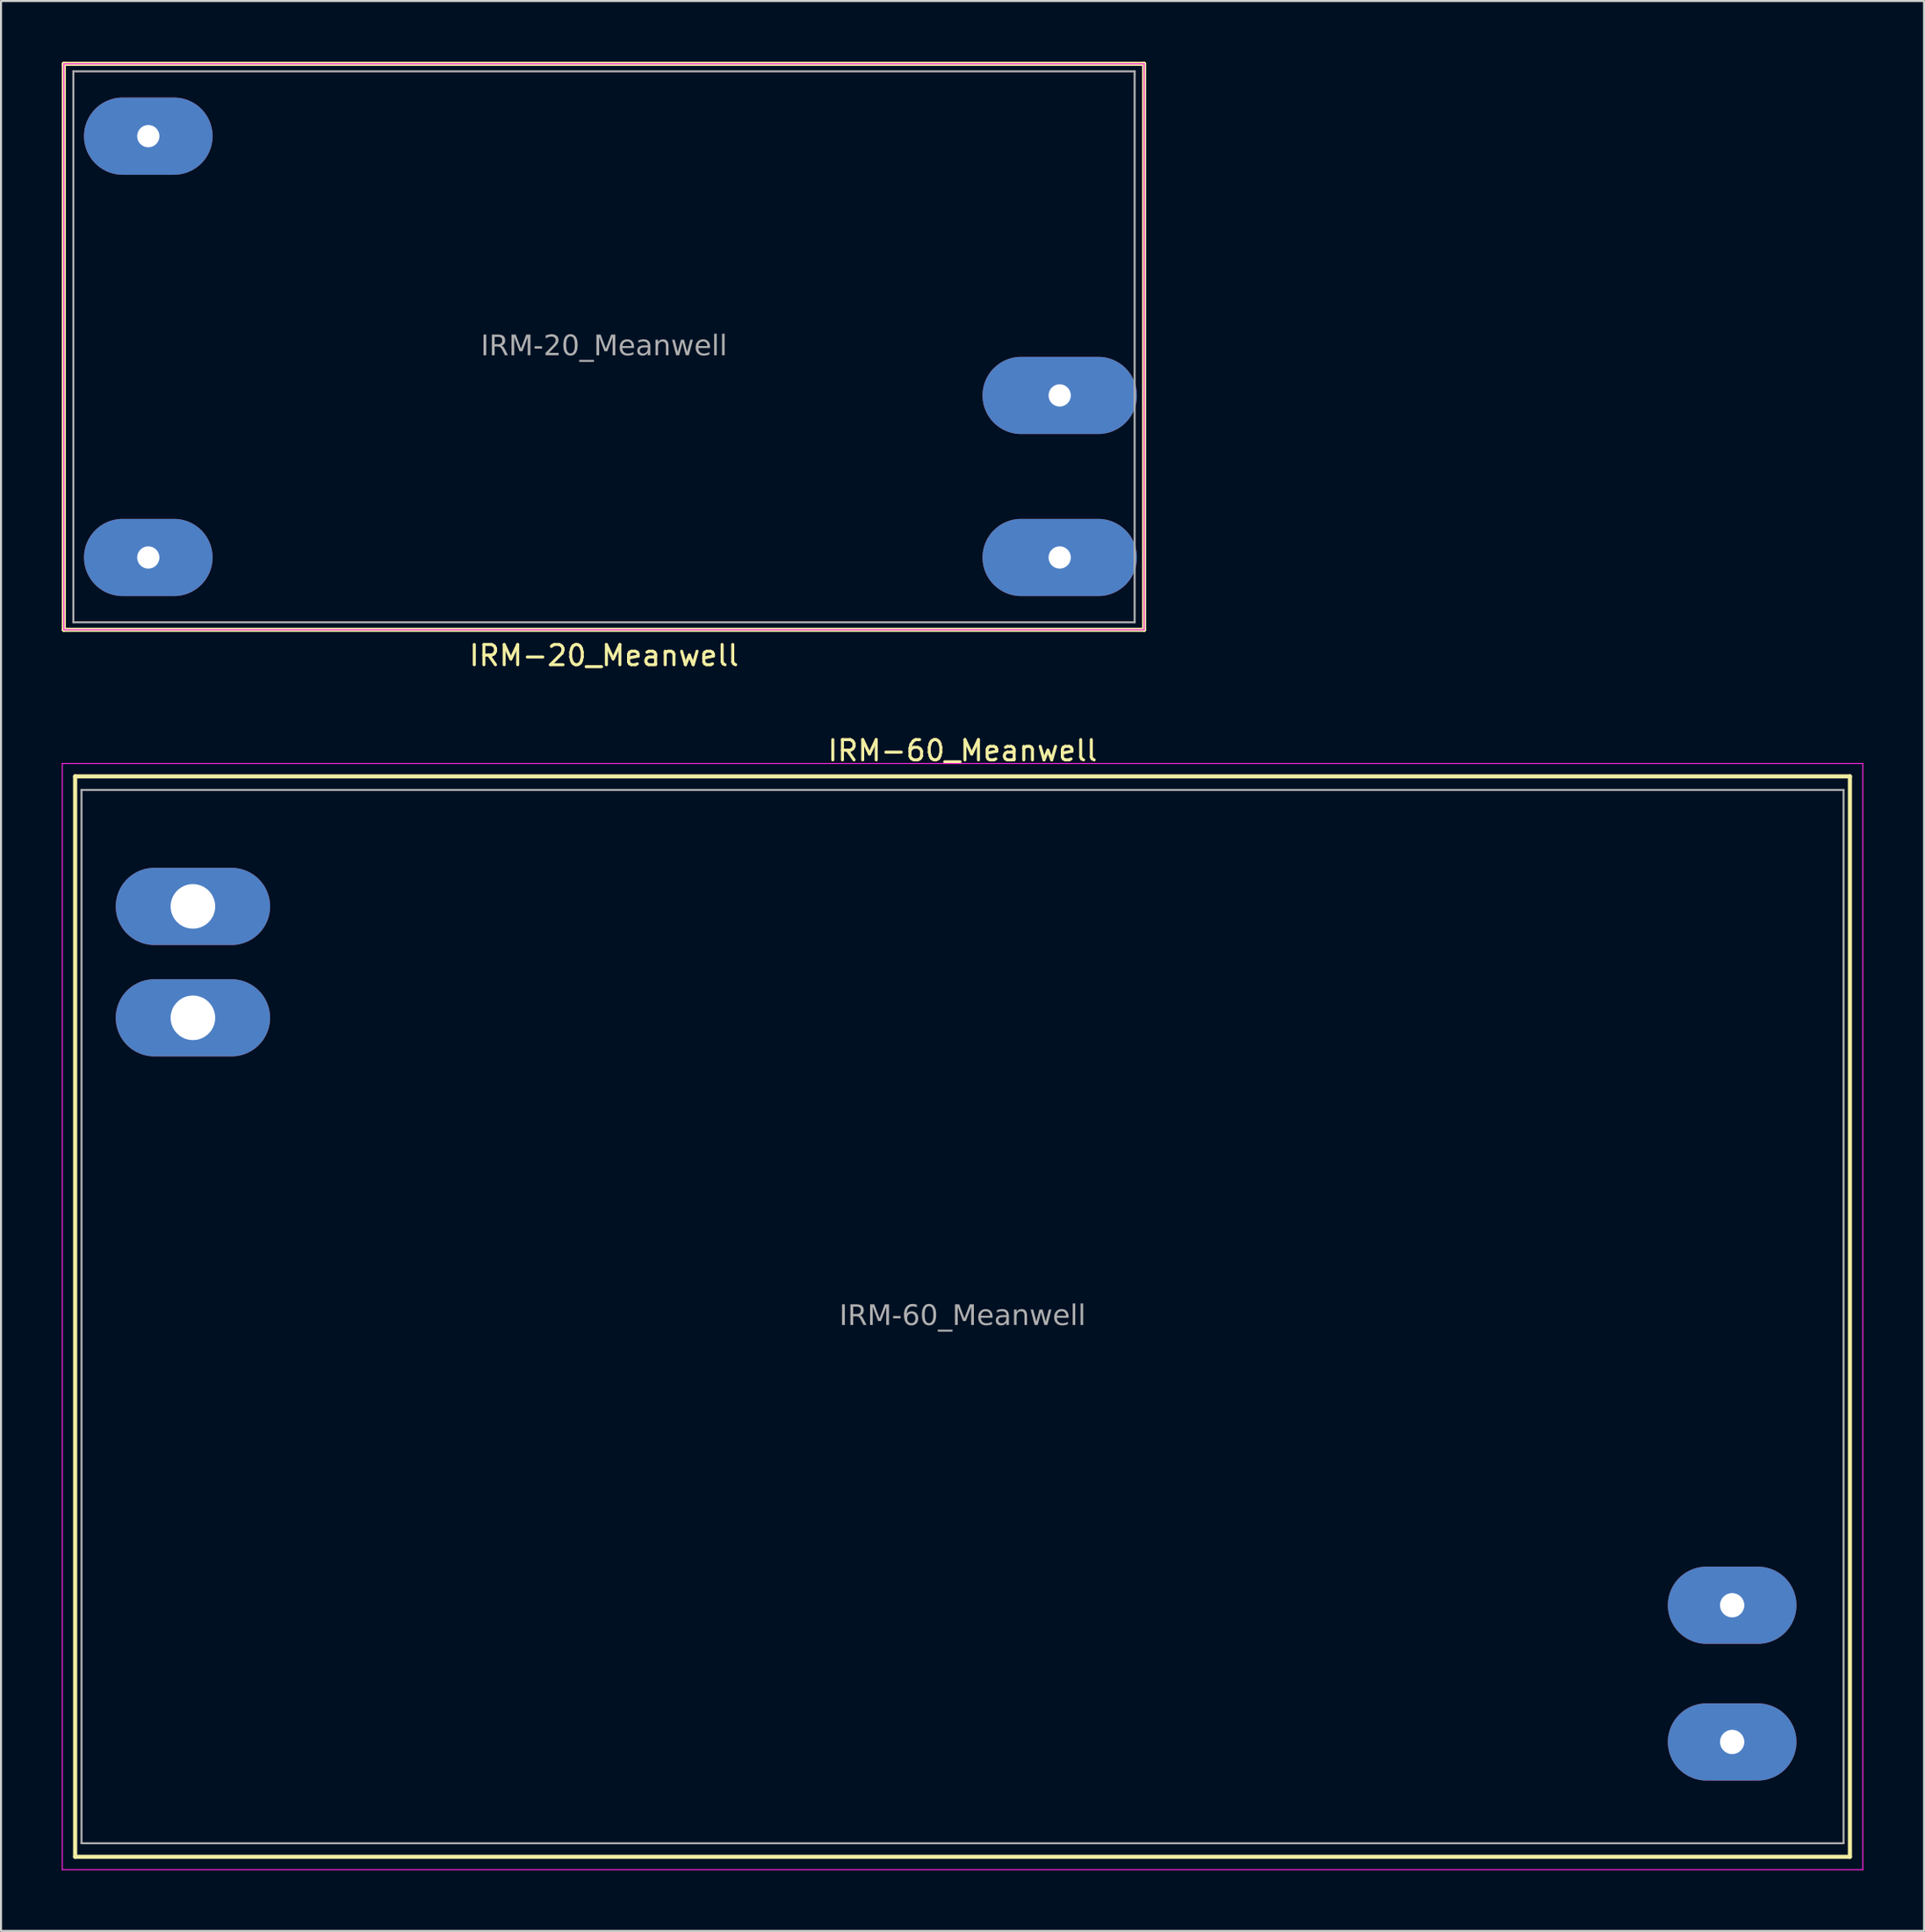
<source format=kicad_pcb>
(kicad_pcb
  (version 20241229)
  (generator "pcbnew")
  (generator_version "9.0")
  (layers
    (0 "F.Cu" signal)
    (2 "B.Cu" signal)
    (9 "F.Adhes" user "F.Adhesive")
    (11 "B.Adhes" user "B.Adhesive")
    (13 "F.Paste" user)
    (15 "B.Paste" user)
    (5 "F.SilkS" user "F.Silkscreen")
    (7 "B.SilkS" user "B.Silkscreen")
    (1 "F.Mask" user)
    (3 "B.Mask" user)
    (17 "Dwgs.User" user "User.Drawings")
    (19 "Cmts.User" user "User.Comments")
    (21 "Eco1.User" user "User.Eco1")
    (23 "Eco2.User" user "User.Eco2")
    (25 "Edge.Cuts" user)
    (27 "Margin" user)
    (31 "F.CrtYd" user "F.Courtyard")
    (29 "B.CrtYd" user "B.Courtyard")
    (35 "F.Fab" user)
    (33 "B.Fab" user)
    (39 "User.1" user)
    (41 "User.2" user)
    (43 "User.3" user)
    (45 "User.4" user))
  (footprint "IRM-60_Meanwell"
    (layer "F.Cu")
    (at 44.475 61.948)
    (property "Reference" "IRM-60_Meanwell" (at 0 -27.94 0) (layer "F.SilkS") (effects (font (size 1 1) (thickness 0.15))))
    (attr through_hole)
    (fp_line (start -43.815 -26.67) (end 43.815 -26.67) (stroke (width 0.203) (type solid)) (layer "F.SilkS"))
    (fp_line (start -43.815 26.67) (end -43.815 -26.67) (stroke (width 0.203) (type solid)) (layer "F.SilkS"))
    (fp_line (start 43.815 -26.67) (end 43.815 26.67) (stroke (width 0.203) (type solid)) (layer "F.SilkS"))
    (fp_line (start 43.815 26.67) (end -43.815 26.67) (stroke (width 0.203) (type solid)) (layer "F.SilkS"))
    (fp_line (start -44.45 27.305) (end -44.45 -27.305) (stroke (width 0.05) (type solid)) (layer "F.CrtYd"))
    (fp_line (start -44.45 27.305) (end 44.45 27.305) (stroke (width 0.05) (type solid)) (layer "F.CrtYd"))
    (fp_line (start 44.45 -27.305) (end -44.45 -27.305) (stroke (width 0.05) (type solid)) (layer "F.CrtYd"))
    (fp_line (start 44.45 -27.305) (end 44.45 27.305) (stroke (width 0.05) (type solid)) (layer "F.CrtYd"))
    (fp_line (start -43.5 -26) (end 43.5 -26) (stroke (width 0.1) (type solid)) (layer "F.Fab"))
    (fp_line (start -43.5 26) (end -43.5 -26) (stroke (width 0.1) (type solid)) (layer "F.Fab"))
    (fp_line (start -43.5 26) (end 43.5 26) (stroke (width 0.1) (type solid)) (layer "F.Fab"))
    (fp_line (start 43.5 -26) (end 43.5 26) (stroke (width 0.1) (type solid)) (layer "F.Fab"))
    (fp_text user "${REFERENCE}" (at 0 0 0) (layer "F.Fab") (effects (font (face "Tahoma") (size 1 1) (thickness 0.15))))
    (pad "+V" thru_hole oval (at -38 -20.25) (size 7.62 3.81) (drill 2.2) (layers "*.Cu" "*.Mask"))
    (pad "-V" thru_hole oval (at -38 -14.75) (size 7.62 3.81) (drill 2.2) (layers "*.Cu" "*.Mask"))
    (pad "AC/L" thru_hole oval (at 38 21) (size 6.35 3.81) (drill 1.2) (layers "*.Cu" "*.Mask"))
    (pad "AC/N" thru_hole oval (at 38 14.25) (size 6.35 3.81) (drill 1.2) (layers "*.Cu" "*.Mask")))
  (footprint "IRM-20_Meanwell"
    (layer "F.Cu")
    (at 26.772 14.072)
    (property "Reference" "IRM-20_Meanwell" (at 0 15.24 180) (layer "F.SilkS") (effects (font (size 1 1) (thickness 0.15))))
    (attr through_hole)
    (fp_line (start -26.67 -13.97) (end 26.67 -13.97) (stroke (width 0.203) (type solid)) (layer "F.SilkS"))
    (fp_line (start -26.67 13.97) (end -26.67 -13.97) (stroke (width 0.203) (type solid)) (layer "F.SilkS"))
    (fp_line (start 26.67 -13.97) (end 26.67 13.97) (stroke (width 0.203) (type solid)) (layer "F.SilkS"))
    (fp_line (start 26.67 13.97) (end -26.67 13.97) (stroke (width 0.203) (type solid)) (layer "F.SilkS"))
    (fp_line (start -26.67 13.97) (end -26.67 -13.97) (stroke (width 0.05) (type solid)) (layer "F.CrtYd"))
    (fp_line (start -26.67 13.97) (end 26.67 13.97) (stroke (width 0.05) (type solid)) (layer "F.CrtYd"))
    (fp_line (start 26.67 -13.97) (end -26.67 -13.97) (stroke (width 0.05) (type solid)) (layer "F.CrtYd"))
    (fp_line (start 26.67 -13.97) (end 26.67 13.97) (stroke (width 0.05) (type solid)) (layer "F.CrtYd"))
    (fp_line (start -26.2 13.6) (end -26.2 -13.6) (stroke (width 0.1) (type solid)) (layer "F.Fab"))
    (fp_line (start 26.2 -13.6) (end -26.2 -13.6) (stroke (width 0.1) (type solid)) (layer "F.Fab"))
    (fp_line (start 26.2 -13.6) (end 26.2 13.6) (stroke (width 0.1) (type solid)) (layer "F.Fab"))
    (fp_line (start 26.2 13.6) (end -26.2 13.6) (stroke (width 0.1) (type solid)) (layer "F.Fab"))
    (fp_text user "${REFERENCE}" (at 0 0 180) (layer "F.Fab") (effects (font (face "Tahoma") (size 1 1) (thickness 0.15))))
    (pad "+V" thru_hole oval (at 22.5 2.4 180) (size 7.62 3.81) (drill 1.1) (layers "*.Cu" "*.Mask"))
    (pad "-V" thru_hole oval (at 22.5 10.4 180) (size 7.62 3.81) (drill 1.1) (layers "*.Cu" "*.Mask"))
    (pad "AC/L" thru_hole oval (at -22.5 -10.4 180) (size 6.35 3.81) (drill 1.1) (layers "*.Cu" "*.Mask"))
    (pad "AC/N" thru_hole oval (at -22.5 10.4 180) (size 6.35 3.81) (drill 1.1) (layers "*.Cu" "*.Mask")))
  (gr_rect
    (start -3 -3)
    (end 91.95 92.278)
    (stroke (width 0.1) (type default))
    (fill no)
    (layer "Edge.Cuts")))
</source>
